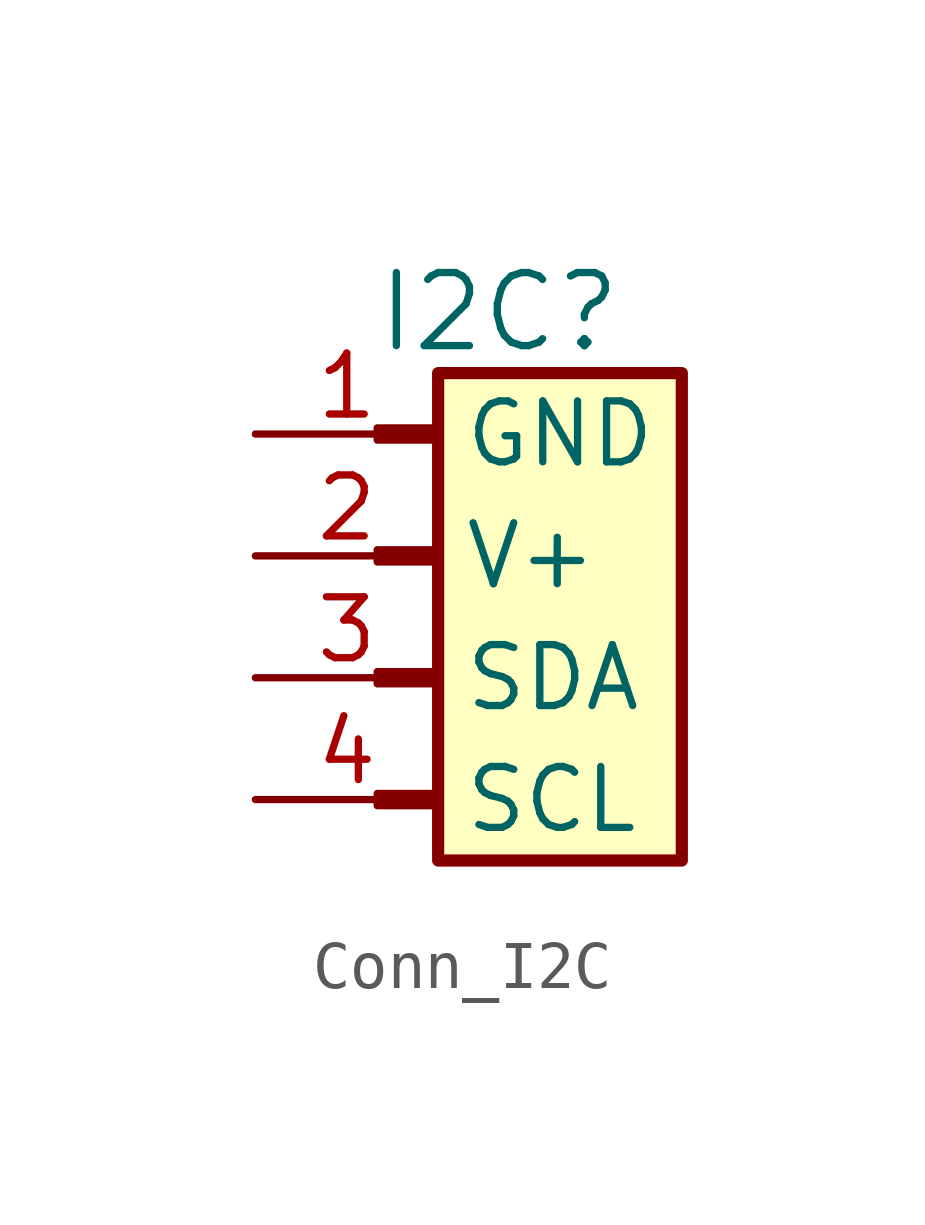
<source format=kicad_sym>
(kicad_symbol_lib
  (version 20241209)
  (generator "kicad_symbol_editor")
  (generator_version "9.0")
  (symbol "Conn_I2C"
    (property "Reference" "I2C"
      (at 0 2.54 0)
      (effects (font (size 1.524 1.524))))
    (symbol "Conn_I2C_1_1"
      (rectangle (start -2.54 0.127) (end -1.27 -0.127) (stroke (width 0.152) (type default)) (fill (type none)))
      (rectangle (start -2.54 -2.413) (end -1.27 -2.667) (stroke (width 0.152) (type default)) (fill (type none)))
      (rectangle (start -2.54 -4.953) (end -1.27 -5.207) (stroke (width 0.152) (type default)) (fill (type none)))
      (rectangle (start -2.54 -7.493) (end -1.27 -7.747) (stroke (width 0.152) (type default)) (fill (type none)))
      (rectangle (start -1.27 1.27) (end 3.81 -8.89) (stroke (width 0.254) (type default)) (fill (type background)))
      (pin passive line (at -5.08 0 0) (length 3.81) (name "GND" (effects (font (size 1.27 1.27)))) (number "1" (effects (font (size 1.27 1.27)))))
      (pin passive line (at -5.08 -2.54 0) (length 3.81) (name "V+" (effects (font (size 1.27 1.27)))) (number "2" (effects (font (size 1.27 1.27)))))
      (pin open_collector line (at -5.08 -5.08 0) (length 3.81) (name "SDA" (effects (font (size 1.27 1.27)))) (number "3" (effects (font (size 1.27 1.27)))))
      (pin open_collector line (at -5.08 -7.62 0) (length 3.81) (name "SCL" (effects (font (size 1.27 1.27)))) (number "4" (effects (font (size 1.27 1.27))))))))
</source>
